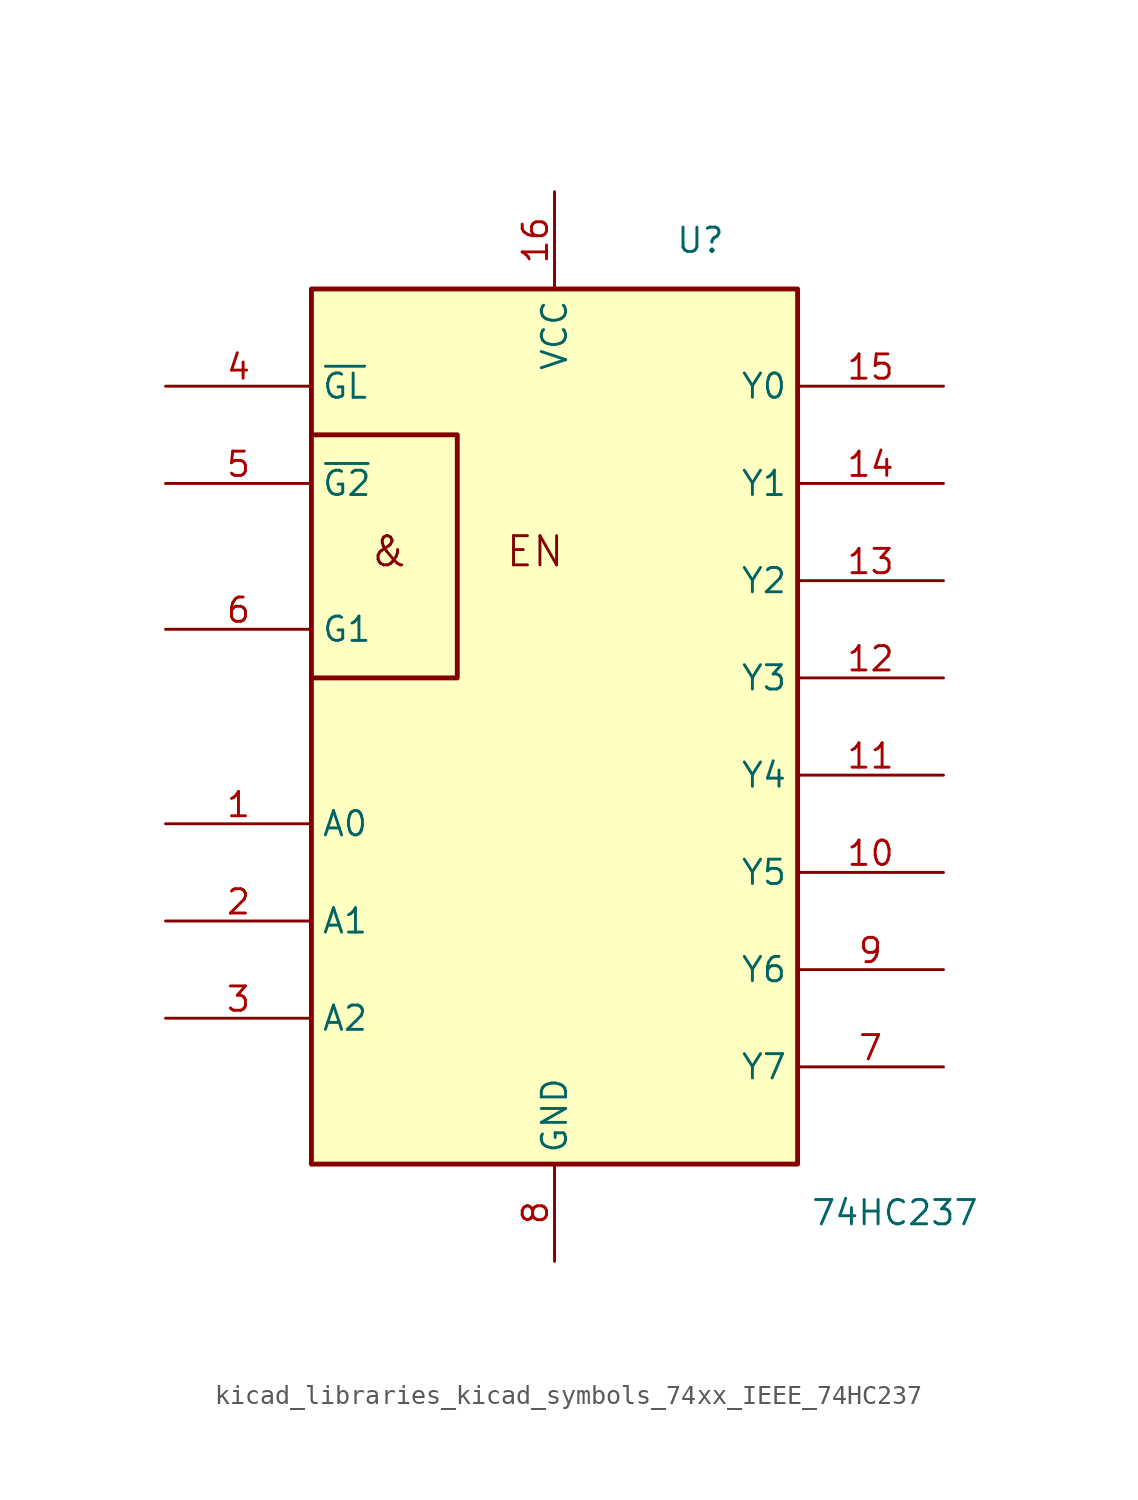
<source format=kicad_sym>
(kicad_symbol_lib
  (version 20220914)
  (generator kicad_symbol_editor)
  (symbol "kicad_libraries_kicad_symbols_74xx_IEEE_74HC237"
    (property "Reference" "U"
      (at 7.62 17.78 0)
      (effects (font (size 1.27 1.27))))
    (property "Value" "74HC237"
      (at 17.78 -33.02 0)
      (effects (font (size 1.27 1.27))))
    (symbol "kicad_libraries_kicad_symbols_74xx_IEEE_74HC237_0_0"
      (text "&" (at -8.636 1.524 0) (effects (font (size 1.524 1.524))))
      (text "EN" (at -1.016 1.524 0) (effects (font (size 1.524 1.524))))
      (pin power_in line (at 0 20.32 270) (length 5.08) (name "VCC" (effects (font (size 1.27 1.27)))) (number "16" (effects (font (size 1.27 1.27))))))
    (symbol "kicad_libraries_kicad_symbols_74xx_IEEE_74HC237_0_1"
      (rectangle (start -12.7 15.24) (end 12.7 -30.48) (stroke (width 0.254) (type default)) (fill (type background)))
      (polyline (pts (xy -12.7 7.62) (xy -5.08 7.62) (xy -5.08 -5.08) (xy -12.7 -5.08) (xy -12.7 -5.08)) (stroke (width 0.254) (type default)) (fill (type background)))
      (pin power_in line (at 0 -35.56 90) (length 5.08) (name "GND" (effects (font (size 1.27 1.27)))) (number "8" (effects (font (size 1.27 1.27))))))
    (symbol "kicad_libraries_kicad_symbols_74xx_IEEE_74HC237_1_1"
      (pin input line (at -20.32 -12.7 0) (length 7.62) (name "A0" (effects (font (size 1.27 1.27)))) (number "1" (effects (font (size 1.27 1.27)))))
      (pin output line (at 20.32 -15.24 180) (length 7.62) (name "Y5" (effects (font (size 1.27 1.27)))) (number "10" (effects (font (size 1.27 1.27)))))
      (pin output line (at 20.32 -10.16 180) (length 7.62) (name "Y4" (effects (font (size 1.27 1.27)))) (number "11" (effects (font (size 1.27 1.27)))))
      (pin output line (at 20.32 -5.08 180) (length 7.62) (name "Y3" (effects (font (size 1.27 1.27)))) (number "12" (effects (font (size 1.27 1.27)))))
      (pin output line (at 20.32 0 180) (length 7.62) (name "Y2" (effects (font (size 1.27 1.27)))) (number "13" (effects (font (size 1.27 1.27)))))
      (pin output line (at 20.32 5.08 180) (length 7.62) (name "Y1" (effects (font (size 1.27 1.27)))) (number "14" (effects (font (size 1.27 1.27)))))
      (pin output line (at 20.32 10.16 180) (length 7.62) (name "Y0" (effects (font (size 1.27 1.27)))) (number "15" (effects (font (size 1.27 1.27)))))
      (pin input line (at -20.32 -17.78 0) (length 7.62) (name "A1" (effects (font (size 1.27 1.27)))) (number "2" (effects (font (size 1.27 1.27)))))
      (pin input line (at -20.32 -22.86 0) (length 7.62) (name "A2" (effects (font (size 1.27 1.27)))) (number "3" (effects (font (size 1.27 1.27)))))
      (pin input line (at -20.32 10.16 0) (length 7.62) (name "~{GL}" (effects (font (size 1.27 1.27)))) (number "4" (effects (font (size 1.27 1.27)))))
      (pin input line (at -20.32 5.08 0) (length 7.62) (name "~{G2}" (effects (font (size 1.27 1.27)))) (number "5" (effects (font (size 1.27 1.27)))))
      (pin input line (at -20.32 -2.54 0) (length 7.62) (name "G1" (effects (font (size 1.27 1.27)))) (number "6" (effects (font (size 1.27 1.27)))))
      (pin output line (at 20.32 -25.4 180) (length 7.62) (name "Y7" (effects (font (size 1.27 1.27)))) (number "7" (effects (font (size 1.27 1.27)))))
      (pin output line (at 20.32 -20.32 180) (length 7.62) (name "Y6" (effects (font (size 1.27 1.27)))) (number "9" (effects (font (size 1.27 1.27))))))))
</source>
